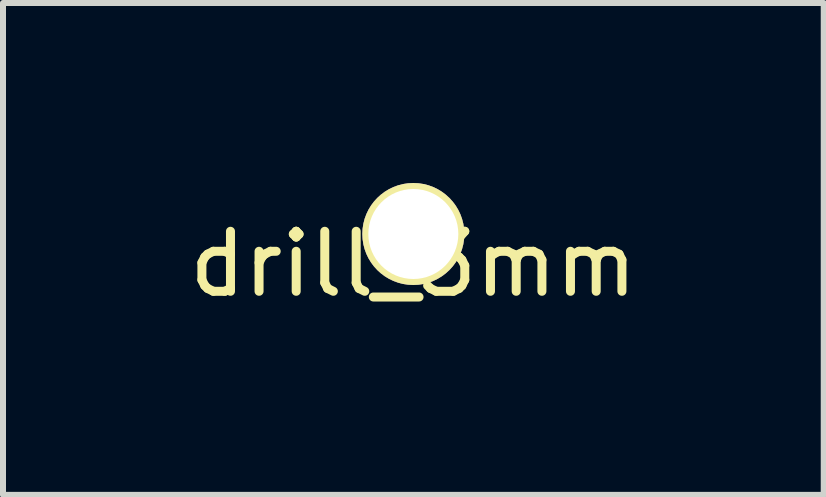
<source format=kicad_pcb>
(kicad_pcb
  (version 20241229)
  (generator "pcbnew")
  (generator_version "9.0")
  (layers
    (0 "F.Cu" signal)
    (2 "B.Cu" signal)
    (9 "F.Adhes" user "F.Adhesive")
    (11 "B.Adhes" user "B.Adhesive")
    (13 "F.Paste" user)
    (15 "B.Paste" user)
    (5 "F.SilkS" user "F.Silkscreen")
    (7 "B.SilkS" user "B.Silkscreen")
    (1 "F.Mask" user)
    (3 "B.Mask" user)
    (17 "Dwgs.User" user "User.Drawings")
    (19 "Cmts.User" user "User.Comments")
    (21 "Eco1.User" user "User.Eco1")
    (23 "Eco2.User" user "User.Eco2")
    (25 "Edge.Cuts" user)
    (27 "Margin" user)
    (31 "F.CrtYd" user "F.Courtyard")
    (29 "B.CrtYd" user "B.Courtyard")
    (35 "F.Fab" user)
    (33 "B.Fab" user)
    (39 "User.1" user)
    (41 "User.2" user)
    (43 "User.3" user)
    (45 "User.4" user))
  (footprint "drill_3mm"
    (layer "F.Cu")
    (at 3.839 0.85)
    (property "Reference" "drill_3mm" (at 0 0.5 0) (layer "F.SilkS") (effects (font (size 1 1) (thickness 0.15))))
    (attr through_hole)
    (pad "1" thru_hole circle (at 0 0) (size 1.7 1.7) (drill 1.5) (layers "*.Cu" "*.Mask" "F.SilkS")))
  (gr_rect
    (start -3 -3)
    (end 10.679 5.198)
    (stroke (width 0.1) (type default))
    (fill no)
    (layer "Edge.Cuts")))
</source>
